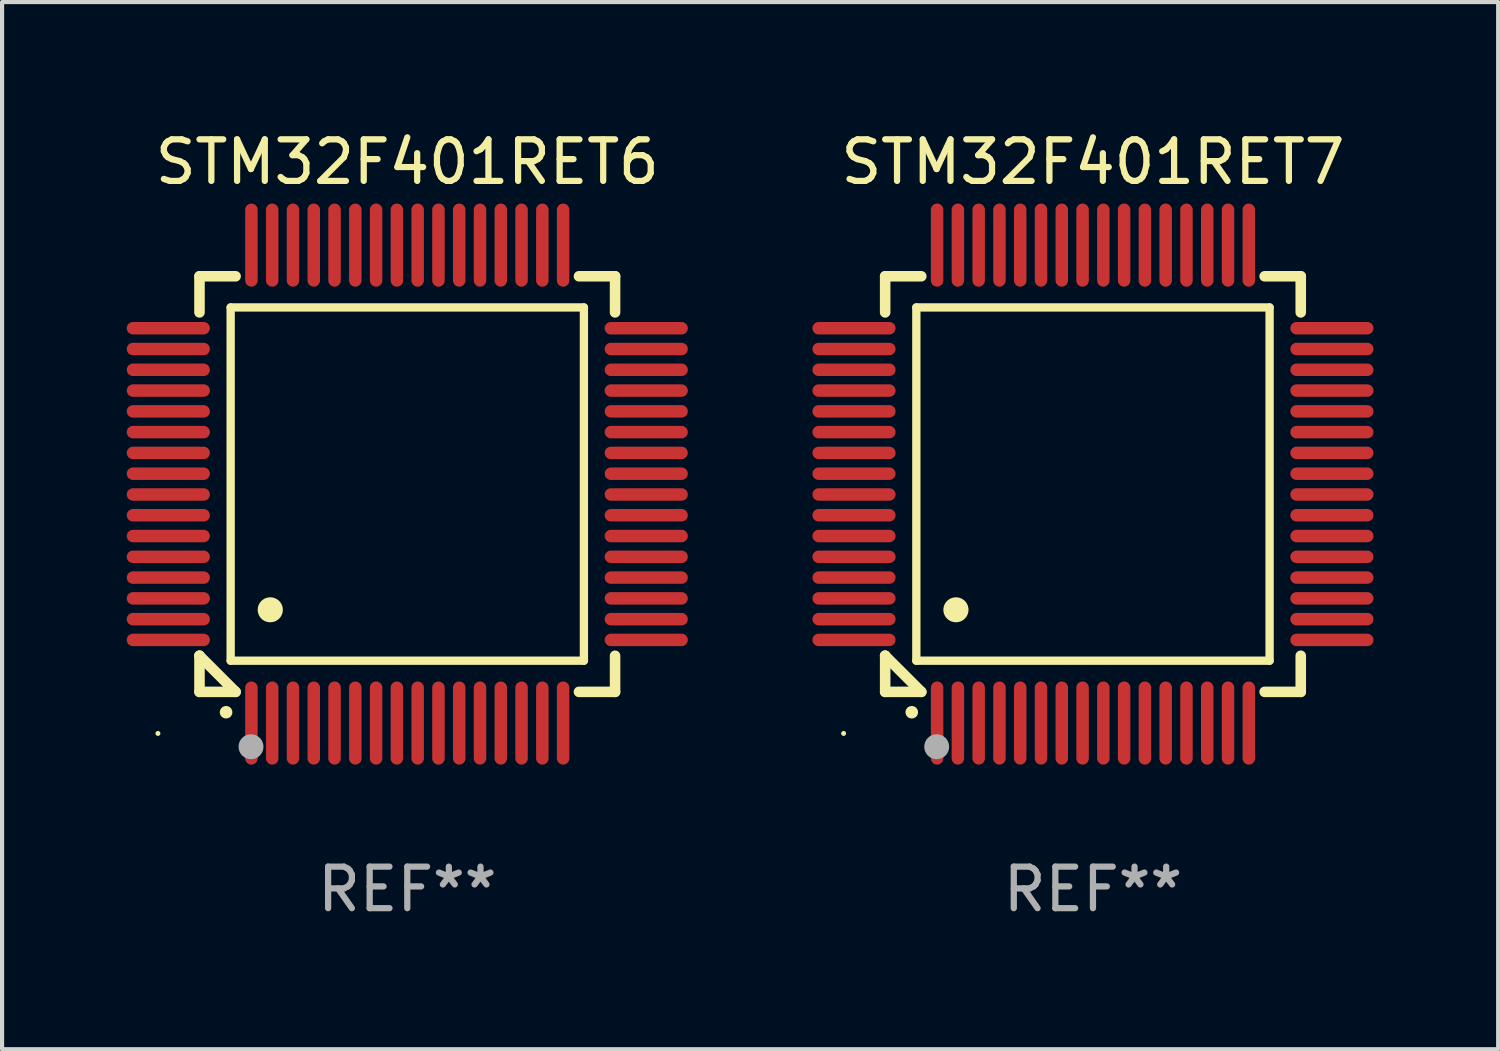
<source format=kicad_pcb>
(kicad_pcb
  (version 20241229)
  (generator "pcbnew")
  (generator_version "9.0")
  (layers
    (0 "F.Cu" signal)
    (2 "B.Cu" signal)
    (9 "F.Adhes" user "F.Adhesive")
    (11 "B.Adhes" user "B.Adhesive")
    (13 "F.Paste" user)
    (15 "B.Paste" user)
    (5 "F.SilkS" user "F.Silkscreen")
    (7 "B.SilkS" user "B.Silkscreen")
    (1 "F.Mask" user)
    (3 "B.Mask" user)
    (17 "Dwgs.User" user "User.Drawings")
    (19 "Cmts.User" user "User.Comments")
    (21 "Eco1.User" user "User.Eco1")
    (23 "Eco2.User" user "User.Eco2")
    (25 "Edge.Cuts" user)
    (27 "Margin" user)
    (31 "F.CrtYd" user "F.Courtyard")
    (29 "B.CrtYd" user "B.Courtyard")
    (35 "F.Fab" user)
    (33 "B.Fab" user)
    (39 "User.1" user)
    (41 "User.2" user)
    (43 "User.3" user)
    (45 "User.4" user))
  (footprint "STM32F401RET7"
    (layer "F.Cu")
    (at 23.249 8.598)
    (property "Reference" "STM32F401RET7" (at 0 -7.75 0) (layer "F.SilkS") (effects (font (size 1 1) (thickness 0.15))))
    (attr through_hole)
    (fp_line (start -5 -5) (end -4.131 -5) (stroke (width 0.254) (type solid)) (layer "F.SilkS"))
    (fp_line (start -5 -4.131) (end -5 -5) (stroke (width 0.254) (type solid)) (layer "F.SilkS"))
    (fp_line (start -5 4.131) (end -5 4.131) (stroke (width 0.254) (type solid)) (layer "F.SilkS"))
    (fp_line (start -5 5) (end -5 4.131) (stroke (width 0.254) (type solid)) (layer "F.SilkS"))
    (fp_line (start -5 4.131) (end -4.131 5) (stroke (width 0.254) (type solid)) (layer "F.SilkS"))
    (fp_line (start -4.25 -4.25) (end -4.25 4.25) (stroke (width 0.2) (type solid)) (layer "F.SilkS"))
    (fp_line (start -4.25 4.25) (end 4.25 4.25) (stroke (width 0.2) (type solid)) (layer "F.SilkS"))
    (fp_line (start -4.131 5) (end -5 5) (stroke (width 0.254) (type solid)) (layer "F.SilkS"))
    (fp_line (start 4.25 -4.25) (end -4.25 -4.25) (stroke (width 0.2) (type solid)) (layer "F.SilkS"))
    (fp_line (start 4.25 4.25) (end 4.25 -4.25) (stroke (width 0.2) (type solid)) (layer "F.SilkS"))
    (fp_line (start 5 -5) (end 4.131 -5) (stroke (width 0.254) (type solid)) (layer "F.SilkS"))
    (fp_line (start 5 -5) (end 5 -4.131) (stroke (width 0.254) (type solid)) (layer "F.SilkS"))
    (fp_line (start 5 4.131) (end 5 5) (stroke (width 0.254) (type solid)) (layer "F.SilkS"))
    (fp_line (start 5 5) (end 4.131 5) (stroke (width 0.254) (type solid)) (layer "F.SilkS"))
    (fp_arc (start -4.361265 5.489992) (mid -4.359995 5.489987) (end -4.358725 5.489992) (stroke (width 0.3) (type solid)) (layer "F.SilkS"))
    (fp_arc (start -3.299467 3.025146) (mid -3.296927 3.025135) (end -3.294387 3.025146) (stroke (width 0.6) (type solid)) (layer "F.SilkS"))
    (fp_circle (center -6 6) (end -5.97 6) (stroke (width 0.06) (type solid)) (fill no) (layer "F.SilkS"))
    (fp_circle (center -3.76 6.32) (end -3.61 6.32) (stroke (width 0.3) (type solid)) (fill no) (layer "F.Fab"))
    (fp_text user "REF**" (at 0 9.75 0) (layer "F.Fab") (effects (font (size 1 1) (thickness 0.15))))
    (pad "1" smd oval (at -3.75 5.75) (size 0.3 2) (layers "F.Cu" "F.Mask" "F.Paste"))
    (pad "2" smd oval (at -3.25 5.75) (size 0.3 2) (layers "F.Cu" "F.Mask" "F.Paste"))
    (pad "3" smd oval (at -2.75 5.75) (size 0.3 2) (layers "F.Cu" "F.Mask" "F.Paste"))
    (pad "4" smd oval (at -2.25 5.75) (size 0.3 2) (layers "F.Cu" "F.Mask" "F.Paste"))
    (pad "5" smd oval (at -1.75 5.75) (size 0.3 2) (layers "F.Cu" "F.Mask" "F.Paste"))
    (pad "6" smd oval (at -1.25 5.75) (size 0.3 2) (layers "F.Cu" "F.Mask" "F.Paste"))
    (pad "7" smd oval (at -0.75 5.75) (size 0.3 2) (layers "F.Cu" "F.Mask" "F.Paste"))
    (pad "8" smd oval (at -0.25 5.75) (size 0.3 2) (layers "F.Cu" "F.Mask" "F.Paste"))
    (pad "9" smd oval (at 0.25 5.75) (size 0.3 2) (layers "F.Cu" "F.Mask" "F.Paste"))
    (pad "10" smd oval (at 0.75 5.75) (size 0.3 2) (layers "F.Cu" "F.Mask" "F.Paste"))
    (pad "11" smd oval (at 1.25 5.75) (size 0.3 2) (layers "F.Cu" "F.Mask" "F.Paste"))
    (pad "12" smd oval (at 1.75 5.75) (size 0.3 2) (layers "F.Cu" "F.Mask" "F.Paste"))
    (pad "13" smd oval (at 2.25 5.75) (size 0.3 2) (layers "F.Cu" "F.Mask" "F.Paste"))
    (pad "14" smd oval (at 2.75 5.75) (size 0.3 2) (layers "F.Cu" "F.Mask" "F.Paste"))
    (pad "15" smd oval (at 3.25 5.75) (size 0.3 2) (layers "F.Cu" "F.Mask" "F.Paste"))
    (pad "16" smd oval (at 3.75 5.75) (size 0.3 2) (layers "F.Cu" "F.Mask" "F.Paste"))
    (pad "17" smd oval (at 5.75 3.75) (size 2 0.3) (layers "F.Cu" "F.Mask" "F.Paste"))
    (pad "18" smd oval (at 5.75 3.25) (size 2 0.3) (layers "F.Cu" "F.Mask" "F.Paste"))
    (pad "19" smd oval (at 5.75 2.75) (size 2 0.3) (layers "F.Cu" "F.Mask" "F.Paste"))
    (pad "20" smd oval (at 5.75 2.25) (size 2 0.3) (layers "F.Cu" "F.Mask" "F.Paste"))
    (pad "21" smd oval (at 5.75 1.75) (size 2 0.3) (layers "F.Cu" "F.Mask" "F.Paste"))
    (pad "22" smd oval (at 5.75 1.25) (size 2 0.3) (layers "F.Cu" "F.Mask" "F.Paste"))
    (pad "23" smd oval (at 5.75 0.75) (size 2 0.3) (layers "F.Cu" "F.Mask" "F.Paste"))
    (pad "24" smd oval (at 5.75 0.25) (size 2 0.3) (layers "F.Cu" "F.Mask" "F.Paste"))
    (pad "25" smd oval (at 5.75 -0.25) (size 2 0.3) (layers "F.Cu" "F.Mask" "F.Paste"))
    (pad "26" smd oval (at 5.75 -0.75) (size 2 0.3) (layers "F.Cu" "F.Mask" "F.Paste"))
    (pad "27" smd oval (at 5.75 -1.25) (size 2 0.3) (layers "F.Cu" "F.Mask" "F.Paste"))
    (pad "28" smd oval (at 5.75 -1.75) (size 2 0.3) (layers "F.Cu" "F.Mask" "F.Paste"))
    (pad "29" smd oval (at 5.75 -2.25) (size 2 0.3) (layers "F.Cu" "F.Mask" "F.Paste"))
    (pad "30" smd oval (at 5.75 -2.75) (size 2 0.3) (layers "F.Cu" "F.Mask" "F.Paste"))
    (pad "31" smd oval (at 5.75 -3.25) (size 2 0.3) (layers "F.Cu" "F.Mask" "F.Paste"))
    (pad "32" smd oval (at 5.75 -3.75) (size 2 0.3) (layers "F.Cu" "F.Mask" "F.Paste"))
    (pad "33" smd oval (at 3.75 -5.75) (size 0.3 2) (layers "F.Cu" "F.Mask" "F.Paste"))
    (pad "34" smd oval (at 3.25 -5.75) (size 0.3 2) (layers "F.Cu" "F.Mask" "F.Paste"))
    (pad "35" smd oval (at 2.75 -5.75) (size 0.3 2) (layers "F.Cu" "F.Mask" "F.Paste"))
    (pad "36" smd oval (at 2.25 -5.75) (size 0.3 2) (layers "F.Cu" "F.Mask" "F.Paste"))
    (pad "37" smd oval (at 1.75 -5.75) (size 0.3 2) (layers "F.Cu" "F.Mask" "F.Paste"))
    (pad "38" smd oval (at 1.25 -5.75) (size 0.3 2) (layers "F.Cu" "F.Mask" "F.Paste"))
    (pad "39" smd oval (at 0.75 -5.75) (size 0.3 2) (layers "F.Cu" "F.Mask" "F.Paste"))
    (pad "40" smd oval (at 0.25 -5.75) (size 0.3 2) (layers "F.Cu" "F.Mask" "F.Paste"))
    (pad "41" smd oval (at -0.25 -5.75) (size 0.3 2) (layers "F.Cu" "F.Mask" "F.Paste"))
    (pad "42" smd oval (at -0.75 -5.75) (size 0.3 2) (layers "F.Cu" "F.Mask" "F.Paste"))
    (pad "43" smd oval (at -1.25 -5.75) (size 0.3 2) (layers "F.Cu" "F.Mask" "F.Paste"))
    (pad "44" smd oval (at -1.75 -5.75) (size 0.3 2) (layers "F.Cu" "F.Mask" "F.Paste"))
    (pad "45" smd oval (at -2.25 -5.75) (size 0.3 2) (layers "F.Cu" "F.Mask" "F.Paste"))
    (pad "46" smd oval (at -2.75 -5.75) (size 0.3 2) (layers "F.Cu" "F.Mask" "F.Paste"))
    (pad "47" smd oval (at -3.25 -5.75) (size 0.3 2) (layers "F.Cu" "F.Mask" "F.Paste"))
    (pad "48" smd oval (at -3.75 -5.75) (size 0.3 2) (layers "F.Cu" "F.Mask" "F.Paste"))
    (pad "49" smd oval (at -5.75 -3.75) (size 2 0.3) (layers "F.Cu" "F.Mask" "F.Paste"))
    (pad "50" smd oval (at -5.75 -3.25) (size 2 0.3) (layers "F.Cu" "F.Mask" "F.Paste"))
    (pad "51" smd oval (at -5.75 -2.75) (size 2 0.3) (layers "F.Cu" "F.Mask" "F.Paste"))
    (pad "52" smd oval (at -5.75 -2.25) (size 2 0.3) (layers "F.Cu" "F.Mask" "F.Paste"))
    (pad "53" smd oval (at -5.75 -1.75) (size 2 0.3) (layers "F.Cu" "F.Mask" "F.Paste"))
    (pad "54" smd oval (at -5.75 -1.25) (size 2 0.3) (layers "F.Cu" "F.Mask" "F.Paste"))
    (pad "55" smd oval (at -5.75 -0.75) (size 2 0.3) (layers "F.Cu" "F.Mask" "F.Paste"))
    (pad "56" smd oval (at -5.75 -0.25) (size 2 0.3) (layers "F.Cu" "F.Mask" "F.Paste"))
    (pad "57" smd oval (at -5.75 0.25) (size 2 0.3) (layers "F.Cu" "F.Mask" "F.Paste"))
    (pad "58" smd oval (at -5.75 0.75) (size 2 0.3) (layers "F.Cu" "F.Mask" "F.Paste"))
    (pad "59" smd oval (at -5.75 1.25) (size 2 0.3) (layers "F.Cu" "F.Mask" "F.Paste"))
    (pad "60" smd oval (at -5.75 1.75) (size 2 0.3) (layers "F.Cu" "F.Mask" "F.Paste"))
    (pad "61" smd oval (at -5.75 2.25) (size 2 0.3) (layers "F.Cu" "F.Mask" "F.Paste"))
    (pad "62" smd oval (at -5.75 2.75) (size 2 0.3) (layers "F.Cu" "F.Mask" "F.Paste"))
    (pad "63" smd oval (at -5.75 3.25) (size 2 0.3) (layers "F.Cu" "F.Mask" "F.Paste"))
    (pad "64" smd oval (at -5.75 3.75) (size 2 0.3) (layers "F.Cu" "F.Mask" "F.Paste")))
  (footprint "STM32F401RET6"
    (layer "F.Cu")
    (at 6.75 8.598)
    (property "Reference" "STM32F401RET6" (at 0 -7.75 0) (layer "F.SilkS") (effects (font (size 1 1) (thickness 0.15))))
    (attr through_hole)
    (fp_line (start -5 -5) (end -4.131 -5) (stroke (width 0.254) (type solid)) (layer "F.SilkS"))
    (fp_line (start -5 -4.131) (end -5 -5) (stroke (width 0.254) (type solid)) (layer "F.SilkS"))
    (fp_line (start -5 4.131) (end -5 4.131) (stroke (width 0.254) (type solid)) (layer "F.SilkS"))
    (fp_line (start -5 5) (end -5 4.131) (stroke (width 0.254) (type solid)) (layer "F.SilkS"))
    (fp_line (start -5 4.131) (end -4.131 5) (stroke (width 0.254) (type solid)) (layer "F.SilkS"))
    (fp_line (start -4.25 -4.25) (end -4.25 4.25) (stroke (width 0.2) (type solid)) (layer "F.SilkS"))
    (fp_line (start -4.25 4.25) (end 4.25 4.25) (stroke (width 0.2) (type solid)) (layer "F.SilkS"))
    (fp_line (start -4.131 5) (end -5 5) (stroke (width 0.254) (type solid)) (layer "F.SilkS"))
    (fp_line (start 4.25 -4.25) (end -4.25 -4.25) (stroke (width 0.2) (type solid)) (layer "F.SilkS"))
    (fp_line (start 4.25 4.25) (end 4.25 -4.25) (stroke (width 0.2) (type solid)) (layer "F.SilkS"))
    (fp_line (start 5 -5) (end 4.131 -5) (stroke (width 0.254) (type solid)) (layer "F.SilkS"))
    (fp_line (start 5 -5) (end 5 -4.131) (stroke (width 0.254) (type solid)) (layer "F.SilkS"))
    (fp_line (start 5 4.131) (end 5 5) (stroke (width 0.254) (type solid)) (layer "F.SilkS"))
    (fp_line (start 5 5) (end 4.131 5) (stroke (width 0.254) (type solid)) (layer "F.SilkS"))
    (fp_arc (start -4.361265 5.489992) (mid -4.359995 5.489987) (end -4.358725 5.489992) (stroke (width 0.3) (type solid)) (layer "F.SilkS"))
    (fp_arc (start -3.299467 3.025146) (mid -3.296927 3.025135) (end -3.294387 3.025146) (stroke (width 0.6) (type solid)) (layer "F.SilkS"))
    (fp_circle (center -6 6) (end -5.97 6) (stroke (width 0.06) (type solid)) (fill no) (layer "F.SilkS"))
    (fp_circle (center -3.76 6.32) (end -3.61 6.32) (stroke (width 0.3) (type solid)) (fill no) (layer "F.Fab"))
    (fp_text user "REF**" (at 0 9.75 0) (layer "F.Fab") (effects (font (size 1 1) (thickness 0.15))))
    (pad "1" smd oval (at -3.75 5.75) (size 0.3 2) (layers "F.Cu" "F.Mask" "F.Paste"))
    (pad "2" smd oval (at -3.25 5.75) (size 0.3 2) (layers "F.Cu" "F.Mask" "F.Paste"))
    (pad "3" smd oval (at -2.75 5.75) (size 0.3 2) (layers "F.Cu" "F.Mask" "F.Paste"))
    (pad "4" smd oval (at -2.25 5.75) (size 0.3 2) (layers "F.Cu" "F.Mask" "F.Paste"))
    (pad "5" smd oval (at -1.75 5.75) (size 0.3 2) (layers "F.Cu" "F.Mask" "F.Paste"))
    (pad "6" smd oval (at -1.25 5.75) (size 0.3 2) (layers "F.Cu" "F.Mask" "F.Paste"))
    (pad "7" smd oval (at -0.75 5.75) (size 0.3 2) (layers "F.Cu" "F.Mask" "F.Paste"))
    (pad "8" smd oval (at -0.25 5.75) (size 0.3 2) (layers "F.Cu" "F.Mask" "F.Paste"))
    (pad "9" smd oval (at 0.25 5.75) (size 0.3 2) (layers "F.Cu" "F.Mask" "F.Paste"))
    (pad "10" smd oval (at 0.75 5.75) (size 0.3 2) (layers "F.Cu" "F.Mask" "F.Paste"))
    (pad "11" smd oval (at 1.25 5.75) (size 0.3 2) (layers "F.Cu" "F.Mask" "F.Paste"))
    (pad "12" smd oval (at 1.75 5.75) (size 0.3 2) (layers "F.Cu" "F.Mask" "F.Paste"))
    (pad "13" smd oval (at 2.25 5.75) (size 0.3 2) (layers "F.Cu" "F.Mask" "F.Paste"))
    (pad "14" smd oval (at 2.75 5.75) (size 0.3 2) (layers "F.Cu" "F.Mask" "F.Paste"))
    (pad "15" smd oval (at 3.25 5.75) (size 0.3 2) (layers "F.Cu" "F.Mask" "F.Paste"))
    (pad "16" smd oval (at 3.75 5.75) (size 0.3 2) (layers "F.Cu" "F.Mask" "F.Paste"))
    (pad "17" smd oval (at 5.75 3.75) (size 2 0.3) (layers "F.Cu" "F.Mask" "F.Paste"))
    (pad "18" smd oval (at 5.75 3.25) (size 2 0.3) (layers "F.Cu" "F.Mask" "F.Paste"))
    (pad "19" smd oval (at 5.75 2.75) (size 2 0.3) (layers "F.Cu" "F.Mask" "F.Paste"))
    (pad "20" smd oval (at 5.75 2.25) (size 2 0.3) (layers "F.Cu" "F.Mask" "F.Paste"))
    (pad "21" smd oval (at 5.75 1.75) (size 2 0.3) (layers "F.Cu" "F.Mask" "F.Paste"))
    (pad "22" smd oval (at 5.75 1.25) (size 2 0.3) (layers "F.Cu" "F.Mask" "F.Paste"))
    (pad "23" smd oval (at 5.75 0.75) (size 2 0.3) (layers "F.Cu" "F.Mask" "F.Paste"))
    (pad "24" smd oval (at 5.75 0.25) (size 2 0.3) (layers "F.Cu" "F.Mask" "F.Paste"))
    (pad "25" smd oval (at 5.75 -0.25) (size 2 0.3) (layers "F.Cu" "F.Mask" "F.Paste"))
    (pad "26" smd oval (at 5.75 -0.75) (size 2 0.3) (layers "F.Cu" "F.Mask" "F.Paste"))
    (pad "27" smd oval (at 5.75 -1.25) (size 2 0.3) (layers "F.Cu" "F.Mask" "F.Paste"))
    (pad "28" smd oval (at 5.75 -1.75) (size 2 0.3) (layers "F.Cu" "F.Mask" "F.Paste"))
    (pad "29" smd oval (at 5.75 -2.25) (size 2 0.3) (layers "F.Cu" "F.Mask" "F.Paste"))
    (pad "30" smd oval (at 5.75 -2.75) (size 2 0.3) (layers "F.Cu" "F.Mask" "F.Paste"))
    (pad "31" smd oval (at 5.75 -3.25) (size 2 0.3) (layers "F.Cu" "F.Mask" "F.Paste"))
    (pad "32" smd oval (at 5.75 -3.75) (size 2 0.3) (layers "F.Cu" "F.Mask" "F.Paste"))
    (pad "33" smd oval (at 3.75 -5.75) (size 0.3 2) (layers "F.Cu" "F.Mask" "F.Paste"))
    (pad "34" smd oval (at 3.25 -5.75) (size 0.3 2) (layers "F.Cu" "F.Mask" "F.Paste"))
    (pad "35" smd oval (at 2.75 -5.75) (size 0.3 2) (layers "F.Cu" "F.Mask" "F.Paste"))
    (pad "36" smd oval (at 2.25 -5.75) (size 0.3 2) (layers "F.Cu" "F.Mask" "F.Paste"))
    (pad "37" smd oval (at 1.75 -5.75) (size 0.3 2) (layers "F.Cu" "F.Mask" "F.Paste"))
    (pad "38" smd oval (at 1.25 -5.75) (size 0.3 2) (layers "F.Cu" "F.Mask" "F.Paste"))
    (pad "39" smd oval (at 0.75 -5.75) (size 0.3 2) (layers "F.Cu" "F.Mask" "F.Paste"))
    (pad "40" smd oval (at 0.25 -5.75) (size 0.3 2) (layers "F.Cu" "F.Mask" "F.Paste"))
    (pad "41" smd oval (at -0.25 -5.75) (size 0.3 2) (layers "F.Cu" "F.Mask" "F.Paste"))
    (pad "42" smd oval (at -0.75 -5.75) (size 0.3 2) (layers "F.Cu" "F.Mask" "F.Paste"))
    (pad "43" smd oval (at -1.25 -5.75) (size 0.3 2) (layers "F.Cu" "F.Mask" "F.Paste"))
    (pad "44" smd oval (at -1.75 -5.75) (size 0.3 2) (layers "F.Cu" "F.Mask" "F.Paste"))
    (pad "45" smd oval (at -2.25 -5.75) (size 0.3 2) (layers "F.Cu" "F.Mask" "F.Paste"))
    (pad "46" smd oval (at -2.75 -5.75) (size 0.3 2) (layers "F.Cu" "F.Mask" "F.Paste"))
    (pad "47" smd oval (at -3.25 -5.75) (size 0.3 2) (layers "F.Cu" "F.Mask" "F.Paste"))
    (pad "48" smd oval (at -3.75 -5.75) (size 0.3 2) (layers "F.Cu" "F.Mask" "F.Paste"))
    (pad "49" smd oval (at -5.75 -3.75) (size 2 0.3) (layers "F.Cu" "F.Mask" "F.Paste"))
    (pad "50" smd oval (at -5.75 -3.25) (size 2 0.3) (layers "F.Cu" "F.Mask" "F.Paste"))
    (pad "51" smd oval (at -5.75 -2.75) (size 2 0.3) (layers "F.Cu" "F.Mask" "F.Paste"))
    (pad "52" smd oval (at -5.75 -2.25) (size 2 0.3) (layers "F.Cu" "F.Mask" "F.Paste"))
    (pad "53" smd oval (at -5.75 -1.75) (size 2 0.3) (layers "F.Cu" "F.Mask" "F.Paste"))
    (pad "54" smd oval (at -5.75 -1.25) (size 2 0.3) (layers "F.Cu" "F.Mask" "F.Paste"))
    (pad "55" smd oval (at -5.75 -0.75) (size 2 0.3) (layers "F.Cu" "F.Mask" "F.Paste"))
    (pad "56" smd oval (at -5.75 -0.25) (size 2 0.3) (layers "F.Cu" "F.Mask" "F.Paste"))
    (pad "57" smd oval (at -5.75 0.25) (size 2 0.3) (layers "F.Cu" "F.Mask" "F.Paste"))
    (pad "58" smd oval (at -5.75 0.75) (size 2 0.3) (layers "F.Cu" "F.Mask" "F.Paste"))
    (pad "59" smd oval (at -5.75 1.25) (size 2 0.3) (layers "F.Cu" "F.Mask" "F.Paste"))
    (pad "60" smd oval (at -5.75 1.75) (size 2 0.3) (layers "F.Cu" "F.Mask" "F.Paste"))
    (pad "61" smd oval (at -5.75 2.25) (size 2 0.3) (layers "F.Cu" "F.Mask" "F.Paste"))
    (pad "62" smd oval (at -5.75 2.75) (size 2 0.3) (layers "F.Cu" "F.Mask" "F.Paste"))
    (pad "63" smd oval (at -5.75 3.25) (size 2 0.3) (layers "F.Cu" "F.Mask" "F.Paste"))
    (pad "64" smd oval (at -5.75 3.75) (size 2 0.3) (layers "F.Cu" "F.Mask" "F.Paste")))
  (gr_rect
    (start -3 -3)
    (end 32.999 22.196)
    (stroke (width 0.1) (type default))
    (fill no)
    (layer "Edge.Cuts")))
</source>
